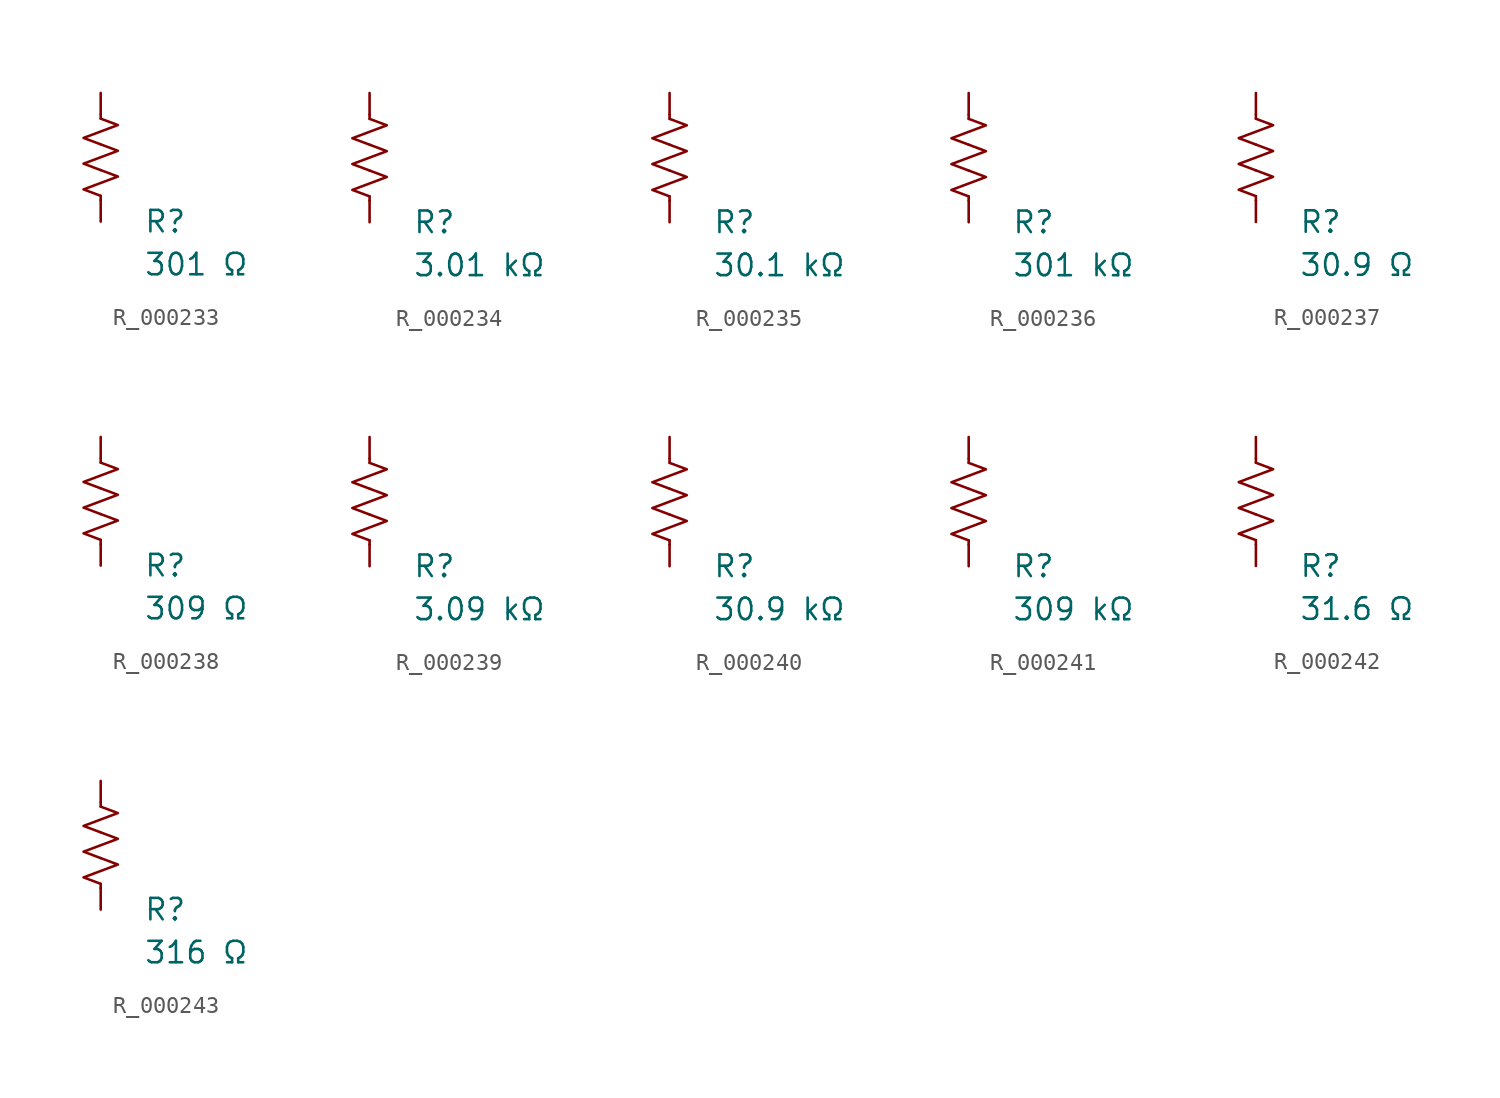
<source format=kicad_sym>
(kicad_symbol_lib
  (version 20231120)
  (generator "kicad_symbol_editor")
  (generator_version "8.0")
  (symbol "R_000233"
    (pin_numbers hide)
    (pin_names
      (offset 0))
    (property "Reference" "R"
      (at 2.54 -3.81 0)
      (effects (font (size 1.27 1.27)) (justify left))
      (show_name no))
    (property "Value" "301 Ω"
      (at 2.54 -6.35 0)
      (effects (font (size 1.27 1.27)) (justify left))
      (show_name no))
    (symbol "R_000233_0_1"
      (polyline (pts (xy 0 -2.286) (xy 0 -2.54)) (stroke (width 0) (type default)) (fill (type none)))
      (polyline (pts (xy 0 2.286) (xy 0 2.54)) (stroke (width 0) (type default)) (fill (type none)))
      (polyline (pts (xy 0 -0.762) (xy 1.016 -1.143) (xy 0 -1.524) (xy -1.016 -1.905) (xy 0 -2.286)) (stroke (width 0) (type default)) (fill (type none)))
      (polyline (pts (xy 0 0.762) (xy 1.016 0.381) (xy 0 0) (xy -1.016 -0.381) (xy 0 -0.762)) (stroke (width 0) (type default)) (fill (type none)))
      (polyline (pts (xy 0 2.286) (xy 1.016 1.905) (xy 0 1.524) (xy -1.016 1.143) (xy 0 0.762)) (stroke (width 0) (type default)) (fill (type none))))
    (symbol "R_000233_1_1"
      (pin passive line (at 0 3.81 270) (length 1.27) (name "~" (effects (font (size 1.27 1.27)))) (number "1" (effects (font (size 1.27 1.27)))))
      (pin passive line (at 0 -3.81 90) (length 1.27) (name "~" (effects (font (size 1.27 1.27)))) (number "2" (effects (font (size 1.27 1.27)))))))
  (symbol "R_000234"
    (pin_numbers hide)
    (pin_names
      (offset 0))
    (property "Reference" "R"
      (at 2.54 -3.81 0)
      (effects (font (size 1.27 1.27)) (justify left))
      (show_name no))
    (property "Value" "3.01 kΩ"
      (at 2.54 -6.35 0)
      (effects (font (size 1.27 1.27)) (justify left))
      (show_name no))
    (symbol "R_000234_0_1"
      (polyline (pts (xy 0 -2.286) (xy 0 -2.54)) (stroke (width 0) (type default)) (fill (type none)))
      (polyline (pts (xy 0 2.286) (xy 0 2.54)) (stroke (width 0) (type default)) (fill (type none)))
      (polyline (pts (xy 0 -0.762) (xy 1.016 -1.143) (xy 0 -1.524) (xy -1.016 -1.905) (xy 0 -2.286)) (stroke (width 0) (type default)) (fill (type none)))
      (polyline (pts (xy 0 0.762) (xy 1.016 0.381) (xy 0 0) (xy -1.016 -0.381) (xy 0 -0.762)) (stroke (width 0) (type default)) (fill (type none)))
      (polyline (pts (xy 0 2.286) (xy 1.016 1.905) (xy 0 1.524) (xy -1.016 1.143) (xy 0 0.762)) (stroke (width 0) (type default)) (fill (type none))))
    (symbol "R_000234_1_1"
      (pin passive line (at 0 3.81 270) (length 1.27) (name "~" (effects (font (size 1.27 1.27)))) (number "1" (effects (font (size 1.27 1.27)))))
      (pin passive line (at 0 -3.81 90) (length 1.27) (name "~" (effects (font (size 1.27 1.27)))) (number "2" (effects (font (size 1.27 1.27)))))))
  (symbol "R_000235"
    (pin_numbers hide)
    (pin_names
      (offset 0))
    (property "Reference" "R"
      (at 2.54 -3.81 0)
      (effects (font (size 1.27 1.27)) (justify left))
      (show_name no))
    (property "Value" "30.1 kΩ"
      (at 2.54 -6.35 0)
      (effects (font (size 1.27 1.27)) (justify left))
      (show_name no))
    (symbol "R_000235_0_1"
      (polyline (pts (xy 0 -2.286) (xy 0 -2.54)) (stroke (width 0) (type default)) (fill (type none)))
      (polyline (pts (xy 0 2.286) (xy 0 2.54)) (stroke (width 0) (type default)) (fill (type none)))
      (polyline (pts (xy 0 -0.762) (xy 1.016 -1.143) (xy 0 -1.524) (xy -1.016 -1.905) (xy 0 -2.286)) (stroke (width 0) (type default)) (fill (type none)))
      (polyline (pts (xy 0 0.762) (xy 1.016 0.381) (xy 0 0) (xy -1.016 -0.381) (xy 0 -0.762)) (stroke (width 0) (type default)) (fill (type none)))
      (polyline (pts (xy 0 2.286) (xy 1.016 1.905) (xy 0 1.524) (xy -1.016 1.143) (xy 0 0.762)) (stroke (width 0) (type default)) (fill (type none))))
    (symbol "R_000235_1_1"
      (pin passive line (at 0 3.81 270) (length 1.27) (name "~" (effects (font (size 1.27 1.27)))) (number "1" (effects (font (size 1.27 1.27)))))
      (pin passive line (at 0 -3.81 90) (length 1.27) (name "~" (effects (font (size 1.27 1.27)))) (number "2" (effects (font (size 1.27 1.27)))))))
  (symbol "R_000236"
    (pin_numbers hide)
    (pin_names
      (offset 0))
    (property "Reference" "R"
      (at 2.54 -3.81 0)
      (effects (font (size 1.27 1.27)) (justify left))
      (show_name no))
    (property "Value" "301 kΩ"
      (at 2.54 -6.35 0)
      (effects (font (size 1.27 1.27)) (justify left))
      (show_name no))
    (symbol "R_000236_0_1"
      (polyline (pts (xy 0 -2.286) (xy 0 -2.54)) (stroke (width 0) (type default)) (fill (type none)))
      (polyline (pts (xy 0 2.286) (xy 0 2.54)) (stroke (width 0) (type default)) (fill (type none)))
      (polyline (pts (xy 0 -0.762) (xy 1.016 -1.143) (xy 0 -1.524) (xy -1.016 -1.905) (xy 0 -2.286)) (stroke (width 0) (type default)) (fill (type none)))
      (polyline (pts (xy 0 0.762) (xy 1.016 0.381) (xy 0 0) (xy -1.016 -0.381) (xy 0 -0.762)) (stroke (width 0) (type default)) (fill (type none)))
      (polyline (pts (xy 0 2.286) (xy 1.016 1.905) (xy 0 1.524) (xy -1.016 1.143) (xy 0 0.762)) (stroke (width 0) (type default)) (fill (type none))))
    (symbol "R_000236_1_1"
      (pin passive line (at 0 3.81 270) (length 1.27) (name "~" (effects (font (size 1.27 1.27)))) (number "1" (effects (font (size 1.27 1.27)))))
      (pin passive line (at 0 -3.81 90) (length 1.27) (name "~" (effects (font (size 1.27 1.27)))) (number "2" (effects (font (size 1.27 1.27)))))))
  (symbol "R_000237"
    (pin_numbers hide)
    (pin_names
      (offset 0))
    (property "Reference" "R"
      (at 2.54 -3.81 0)
      (effects (font (size 1.27 1.27)) (justify left))
      (show_name no))
    (property "Value" "30.9 Ω"
      (at 2.54 -6.35 0)
      (effects (font (size 1.27 1.27)) (justify left))
      (show_name no))
    (symbol "R_000237_0_1"
      (polyline (pts (xy 0 -2.286) (xy 0 -2.54)) (stroke (width 0) (type default)) (fill (type none)))
      (polyline (pts (xy 0 2.286) (xy 0 2.54)) (stroke (width 0) (type default)) (fill (type none)))
      (polyline (pts (xy 0 -0.762) (xy 1.016 -1.143) (xy 0 -1.524) (xy -1.016 -1.905) (xy 0 -2.286)) (stroke (width 0) (type default)) (fill (type none)))
      (polyline (pts (xy 0 0.762) (xy 1.016 0.381) (xy 0 0) (xy -1.016 -0.381) (xy 0 -0.762)) (stroke (width 0) (type default)) (fill (type none)))
      (polyline (pts (xy 0 2.286) (xy 1.016 1.905) (xy 0 1.524) (xy -1.016 1.143) (xy 0 0.762)) (stroke (width 0) (type default)) (fill (type none))))
    (symbol "R_000237_1_1"
      (pin passive line (at 0 3.81 270) (length 1.27) (name "~" (effects (font (size 1.27 1.27)))) (number "1" (effects (font (size 1.27 1.27)))))
      (pin passive line (at 0 -3.81 90) (length 1.27) (name "~" (effects (font (size 1.27 1.27)))) (number "2" (effects (font (size 1.27 1.27)))))))
  (symbol "R_000238"
    (pin_numbers hide)
    (pin_names
      (offset 0))
    (property "Reference" "R"
      (at 2.54 -3.81 0)
      (effects (font (size 1.27 1.27)) (justify left))
      (show_name no))
    (property "Value" "309 Ω"
      (at 2.54 -6.35 0)
      (effects (font (size 1.27 1.27)) (justify left))
      (show_name no))
    (symbol "R_000238_0_1"
      (polyline (pts (xy 0 -2.286) (xy 0 -2.54)) (stroke (width 0) (type default)) (fill (type none)))
      (polyline (pts (xy 0 2.286) (xy 0 2.54)) (stroke (width 0) (type default)) (fill (type none)))
      (polyline (pts (xy 0 -0.762) (xy 1.016 -1.143) (xy 0 -1.524) (xy -1.016 -1.905) (xy 0 -2.286)) (stroke (width 0) (type default)) (fill (type none)))
      (polyline (pts (xy 0 0.762) (xy 1.016 0.381) (xy 0 0) (xy -1.016 -0.381) (xy 0 -0.762)) (stroke (width 0) (type default)) (fill (type none)))
      (polyline (pts (xy 0 2.286) (xy 1.016 1.905) (xy 0 1.524) (xy -1.016 1.143) (xy 0 0.762)) (stroke (width 0) (type default)) (fill (type none))))
    (symbol "R_000238_1_1"
      (pin passive line (at 0 3.81 270) (length 1.27) (name "~" (effects (font (size 1.27 1.27)))) (number "1" (effects (font (size 1.27 1.27)))))
      (pin passive line (at 0 -3.81 90) (length 1.27) (name "~" (effects (font (size 1.27 1.27)))) (number "2" (effects (font (size 1.27 1.27)))))))
  (symbol "R_000239"
    (pin_numbers hide)
    (pin_names
      (offset 0))
    (property "Reference" "R"
      (at 2.54 -3.81 0)
      (effects (font (size 1.27 1.27)) (justify left))
      (show_name no))
    (property "Value" "3.09 kΩ"
      (at 2.54 -6.35 0)
      (effects (font (size 1.27 1.27)) (justify left))
      (show_name no))
    (symbol "R_000239_0_1"
      (polyline (pts (xy 0 -2.286) (xy 0 -2.54)) (stroke (width 0) (type default)) (fill (type none)))
      (polyline (pts (xy 0 2.286) (xy 0 2.54)) (stroke (width 0) (type default)) (fill (type none)))
      (polyline (pts (xy 0 -0.762) (xy 1.016 -1.143) (xy 0 -1.524) (xy -1.016 -1.905) (xy 0 -2.286)) (stroke (width 0) (type default)) (fill (type none)))
      (polyline (pts (xy 0 0.762) (xy 1.016 0.381) (xy 0 0) (xy -1.016 -0.381) (xy 0 -0.762)) (stroke (width 0) (type default)) (fill (type none)))
      (polyline (pts (xy 0 2.286) (xy 1.016 1.905) (xy 0 1.524) (xy -1.016 1.143) (xy 0 0.762)) (stroke (width 0) (type default)) (fill (type none))))
    (symbol "R_000239_1_1"
      (pin passive line (at 0 3.81 270) (length 1.27) (name "~" (effects (font (size 1.27 1.27)))) (number "1" (effects (font (size 1.27 1.27)))))
      (pin passive line (at 0 -3.81 90) (length 1.27) (name "~" (effects (font (size 1.27 1.27)))) (number "2" (effects (font (size 1.27 1.27)))))))
  (symbol "R_000240"
    (pin_numbers hide)
    (pin_names
      (offset 0))
    (property "Reference" "R"
      (at 2.54 -3.81 0)
      (effects (font (size 1.27 1.27)) (justify left))
      (show_name no))
    (property "Value" "30.9 kΩ"
      (at 2.54 -6.35 0)
      (effects (font (size 1.27 1.27)) (justify left))
      (show_name no))
    (symbol "R_000240_0_1"
      (polyline (pts (xy 0 -2.286) (xy 0 -2.54)) (stroke (width 0) (type default)) (fill (type none)))
      (polyline (pts (xy 0 2.286) (xy 0 2.54)) (stroke (width 0) (type default)) (fill (type none)))
      (polyline (pts (xy 0 -0.762) (xy 1.016 -1.143) (xy 0 -1.524) (xy -1.016 -1.905) (xy 0 -2.286)) (stroke (width 0) (type default)) (fill (type none)))
      (polyline (pts (xy 0 0.762) (xy 1.016 0.381) (xy 0 0) (xy -1.016 -0.381) (xy 0 -0.762)) (stroke (width 0) (type default)) (fill (type none)))
      (polyline (pts (xy 0 2.286) (xy 1.016 1.905) (xy 0 1.524) (xy -1.016 1.143) (xy 0 0.762)) (stroke (width 0) (type default)) (fill (type none))))
    (symbol "R_000240_1_1"
      (pin passive line (at 0 3.81 270) (length 1.27) (name "~" (effects (font (size 1.27 1.27)))) (number "1" (effects (font (size 1.27 1.27)))))
      (pin passive line (at 0 -3.81 90) (length 1.27) (name "~" (effects (font (size 1.27 1.27)))) (number "2" (effects (font (size 1.27 1.27)))))))
  (symbol "R_000241"
    (pin_numbers hide)
    (pin_names
      (offset 0))
    (property "Reference" "R"
      (at 2.54 -3.81 0)
      (effects (font (size 1.27 1.27)) (justify left))
      (show_name no))
    (property "Value" "309 kΩ"
      (at 2.54 -6.35 0)
      (effects (font (size 1.27 1.27)) (justify left))
      (show_name no))
    (symbol "R_000241_0_1"
      (polyline (pts (xy 0 -2.286) (xy 0 -2.54)) (stroke (width 0) (type default)) (fill (type none)))
      (polyline (pts (xy 0 2.286) (xy 0 2.54)) (stroke (width 0) (type default)) (fill (type none)))
      (polyline (pts (xy 0 -0.762) (xy 1.016 -1.143) (xy 0 -1.524) (xy -1.016 -1.905) (xy 0 -2.286)) (stroke (width 0) (type default)) (fill (type none)))
      (polyline (pts (xy 0 0.762) (xy 1.016 0.381) (xy 0 0) (xy -1.016 -0.381) (xy 0 -0.762)) (stroke (width 0) (type default)) (fill (type none)))
      (polyline (pts (xy 0 2.286) (xy 1.016 1.905) (xy 0 1.524) (xy -1.016 1.143) (xy 0 0.762)) (stroke (width 0) (type default)) (fill (type none))))
    (symbol "R_000241_1_1"
      (pin passive line (at 0 3.81 270) (length 1.27) (name "~" (effects (font (size 1.27 1.27)))) (number "1" (effects (font (size 1.27 1.27)))))
      (pin passive line (at 0 -3.81 90) (length 1.27) (name "~" (effects (font (size 1.27 1.27)))) (number "2" (effects (font (size 1.27 1.27)))))))
  (symbol "R_000242"
    (pin_numbers hide)
    (pin_names
      (offset 0))
    (property "Reference" "R"
      (at 2.54 -3.81 0)
      (effects (font (size 1.27 1.27)) (justify left))
      (show_name no))
    (property "Value" "31.6 Ω"
      (at 2.54 -6.35 0)
      (effects (font (size 1.27 1.27)) (justify left))
      (show_name no))
    (symbol "R_000242_0_1"
      (polyline (pts (xy 0 -2.286) (xy 0 -2.54)) (stroke (width 0) (type default)) (fill (type none)))
      (polyline (pts (xy 0 2.286) (xy 0 2.54)) (stroke (width 0) (type default)) (fill (type none)))
      (polyline (pts (xy 0 -0.762) (xy 1.016 -1.143) (xy 0 -1.524) (xy -1.016 -1.905) (xy 0 -2.286)) (stroke (width 0) (type default)) (fill (type none)))
      (polyline (pts (xy 0 0.762) (xy 1.016 0.381) (xy 0 0) (xy -1.016 -0.381) (xy 0 -0.762)) (stroke (width 0) (type default)) (fill (type none)))
      (polyline (pts (xy 0 2.286) (xy 1.016 1.905) (xy 0 1.524) (xy -1.016 1.143) (xy 0 0.762)) (stroke (width 0) (type default)) (fill (type none))))
    (symbol "R_000242_1_1"
      (pin passive line (at 0 3.81 270) (length 1.27) (name "~" (effects (font (size 1.27 1.27)))) (number "1" (effects (font (size 1.27 1.27)))))
      (pin passive line (at 0 -3.81 90) (length 1.27) (name "~" (effects (font (size 1.27 1.27)))) (number "2" (effects (font (size 1.27 1.27)))))))
  (symbol "R_000243"
    (pin_numbers hide)
    (pin_names
      (offset 0))
    (property "Reference" "R"
      (at 2.54 -3.81 0)
      (effects (font (size 1.27 1.27)) (justify left))
      (show_name no))
    (property "Value" "316 Ω"
      (at 2.54 -6.35 0)
      (effects (font (size 1.27 1.27)) (justify left))
      (show_name no))
    (symbol "R_000243_0_1"
      (polyline (pts (xy 0 -2.286) (xy 0 -2.54)) (stroke (width 0) (type default)) (fill (type none)))
      (polyline (pts (xy 0 2.286) (xy 0 2.54)) (stroke (width 0) (type default)) (fill (type none)))
      (polyline (pts (xy 0 -0.762) (xy 1.016 -1.143) (xy 0 -1.524) (xy -1.016 -1.905) (xy 0 -2.286)) (stroke (width 0) (type default)) (fill (type none)))
      (polyline (pts (xy 0 0.762) (xy 1.016 0.381) (xy 0 0) (xy -1.016 -0.381) (xy 0 -0.762)) (stroke (width 0) (type default)) (fill (type none)))
      (polyline (pts (xy 0 2.286) (xy 1.016 1.905) (xy 0 1.524) (xy -1.016 1.143) (xy 0 0.762)) (stroke (width 0) (type default)) (fill (type none))))
    (symbol "R_000243_1_1"
      (pin passive line (at 0 3.81 270) (length 1.27) (name "~" (effects (font (size 1.27 1.27)))) (number "1" (effects (font (size 1.27 1.27)))))
      (pin passive line (at 0 -3.81 90) (length 1.27) (name "~" (effects (font (size 1.27 1.27)))) (number "2" (effects (font (size 1.27 1.27))))))))
</source>
